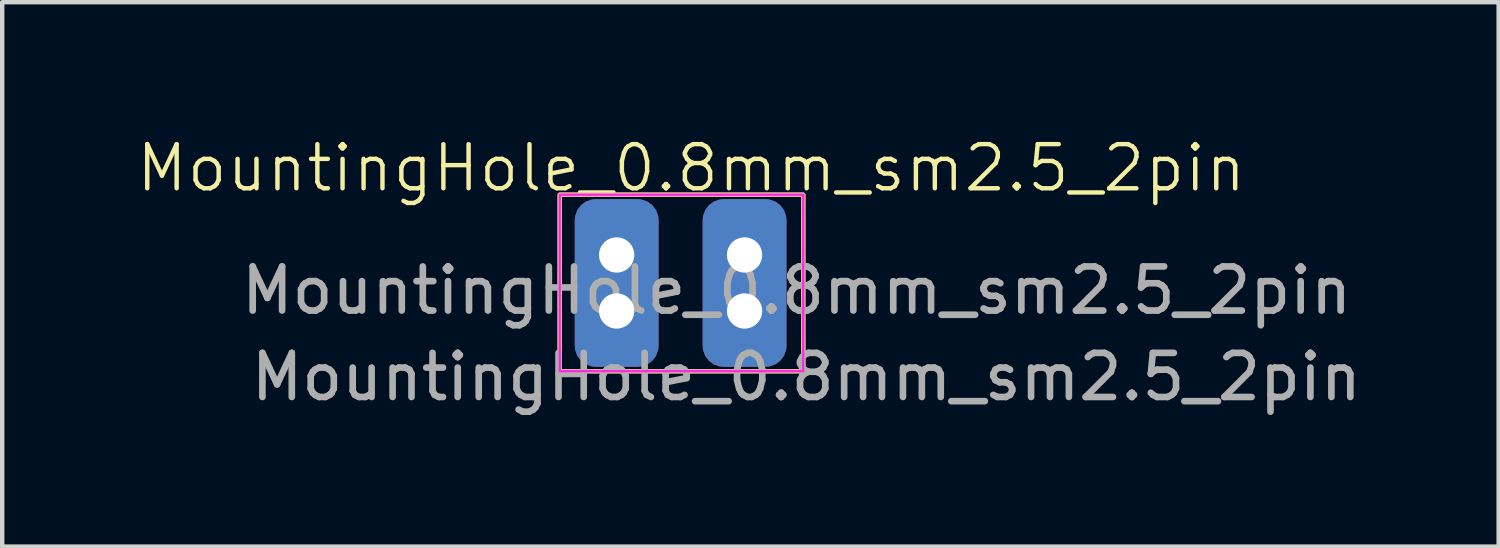
<source format=kicad_pcb>
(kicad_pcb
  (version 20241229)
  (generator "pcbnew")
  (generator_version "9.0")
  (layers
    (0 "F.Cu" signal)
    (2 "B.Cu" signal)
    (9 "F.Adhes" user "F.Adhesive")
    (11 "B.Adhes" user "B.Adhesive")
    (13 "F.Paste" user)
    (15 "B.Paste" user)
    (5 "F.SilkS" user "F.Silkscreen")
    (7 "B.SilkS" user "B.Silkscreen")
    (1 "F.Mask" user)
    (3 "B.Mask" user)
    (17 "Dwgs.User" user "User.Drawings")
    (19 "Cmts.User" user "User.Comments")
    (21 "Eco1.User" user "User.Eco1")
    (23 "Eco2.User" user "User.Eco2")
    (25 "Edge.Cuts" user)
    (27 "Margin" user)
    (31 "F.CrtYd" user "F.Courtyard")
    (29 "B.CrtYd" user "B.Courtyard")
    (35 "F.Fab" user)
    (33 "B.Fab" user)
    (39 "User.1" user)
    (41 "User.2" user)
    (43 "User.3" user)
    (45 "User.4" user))
  (footprint "MountingHole_0.8mm_sm2.5_2pin"
    (layer "F.Cu")
    (at 12.353 3.471)
    (property "Reference" "MountingHole_0.8mm_sm2.5_2pin" (at 0.269 -2.71 0) (unlocked yes) (layer "F.SilkS") (effects (font (size 1 1) (thickness 0.1))))
    (attr smd)
    (fp_rect (start -2.711 -2.105) (end 2.809 1.895) (stroke (width 0.1) (type default)) (fill no) (layer "F.SilkS"))
    (fp_rect (start -2.711 -2.105) (end 2.809 1.895) (stroke (width 0.1) (type default)) (fill no) (layer "B.SilkS"))
    (fp_rect (start -2.711 -2.105) (end 2.809 1.895) (stroke (width 0.05) (type default)) (fill no) (layer "F.CrtYd"))
    (fp_text user "${REFERENCE}" (at 2.66 0.065 0) (layer "F.Fab") (effects (font (size 1 1) (thickness 0.15))))
    (fp_text user "${REFERENCE}" (at 2.88 2.025 0) (unlocked yes) (layer "F.Fab") (effects (font (size 1 1) (thickness 0.15))))
    (pad "1" thru_hole circle (at -1.421 -0.74) (size 1 1) (drill 0.8) (layers "*.Cu" "*.Mask"))
    (pad "1" connect roundrect (at -1.421 -0.105) (size 1.9 3.8) (layers "F.Cu" "F.Mask") (roundrect_rratio 0.25))
    (pad "1" connect roundrect (at -1.421 -0.105) (size 1.9 3.8) (layers "B.Cu" "B.Mask") (roundrect_rratio 0.25))
    (pad "1" thru_hole circle (at -1.421 0.53) (size 1 1) (drill 0.8) (layers "*.Cu" "*.Mask"))
    (pad "2" thru_hole circle (at 1.479 -0.74) (size 1 1) (drill 0.8) (layers "*.Cu" "*.Mask"))
    (pad "2" connect roundrect (at 1.479 -0.105) (size 1.9 3.8) (layers "F.Cu" "F.Mask") (roundrect_rratio 0.25))
    (pad "2" connect roundrect (at 1.479 -0.105) (size 1.9 3.8) (layers "B.Cu" "B.Mask") (roundrect_rratio 0.25))
    (pad "2" thru_hole circle (at 1.479 0.53) (size 1 1) (drill 0.8) (layers "*.Cu" "*.Mask")))
  (gr_rect
    (start -3 -3)
    (end 30.93 9.344)
    (stroke (width 0.1) (type default))
    (fill no)
    (layer "Edge.Cuts")))
</source>
